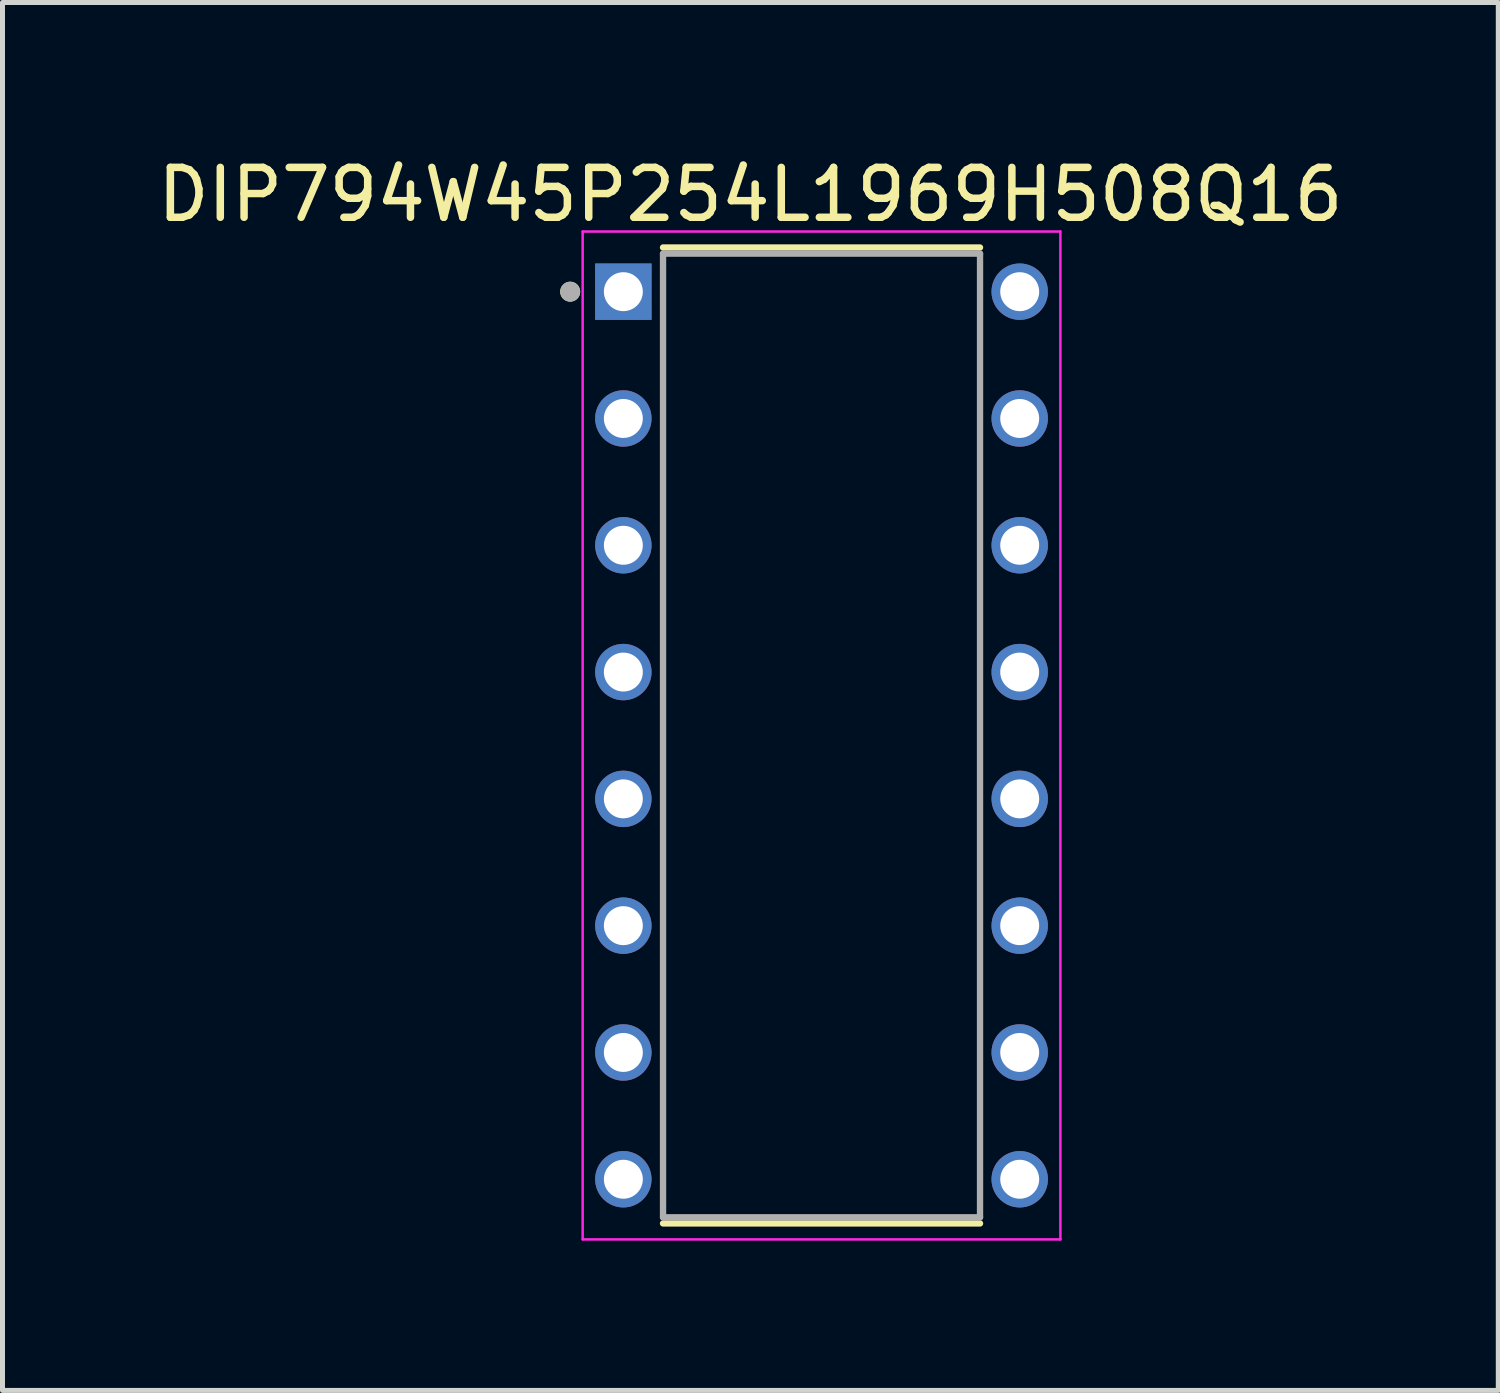
<source format=kicad_pcb>
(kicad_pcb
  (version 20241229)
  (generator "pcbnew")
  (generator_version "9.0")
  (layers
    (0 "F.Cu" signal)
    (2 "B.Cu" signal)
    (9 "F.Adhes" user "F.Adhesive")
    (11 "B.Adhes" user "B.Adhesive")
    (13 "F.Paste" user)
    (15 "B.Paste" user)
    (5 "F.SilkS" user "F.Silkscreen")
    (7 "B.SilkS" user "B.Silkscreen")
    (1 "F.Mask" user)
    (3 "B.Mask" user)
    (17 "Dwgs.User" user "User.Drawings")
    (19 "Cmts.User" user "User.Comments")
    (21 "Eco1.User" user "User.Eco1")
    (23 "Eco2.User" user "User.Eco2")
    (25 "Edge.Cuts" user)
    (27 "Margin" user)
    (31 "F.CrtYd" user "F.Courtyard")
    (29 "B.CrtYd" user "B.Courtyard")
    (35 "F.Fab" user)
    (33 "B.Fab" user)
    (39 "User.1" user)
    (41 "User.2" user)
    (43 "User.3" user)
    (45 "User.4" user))
  (footprint "DIP794W45P254L1969H508Q16"
    (layer "F.Cu")
    (at 13.407 11.683)
    (property "Reference" "DIP794W45P254L1969H508Q16" (at -1.425 -10.835 0) (layer "F.SilkS") (effects (font (size 1 1) (thickness 0.15))))
    (attr through_hole)
    (fp_line (start -3.175 -9.775) (end 3.175 -9.775) (stroke (width 0.127) (type solid)) (layer "F.SilkS"))
    (fp_line (start -3.175 9.775) (end 3.175 9.775) (stroke (width 0.127) (type solid)) (layer "F.SilkS"))
    (fp_circle (center -5.035 -8.89) (end -4.935 -8.89) (stroke (width 0.2) (type solid)) (fill no) (layer "F.SilkS"))
    (fp_line (start -4.785 -10.095) (end -4.785 10.095) (stroke (width 0.05) (type solid)) (layer "F.CrtYd"))
    (fp_line (start 4.785 -10.095) (end -4.785 -10.095) (stroke (width 0.05) (type solid)) (layer "F.CrtYd"))
    (fp_line (start 4.785 -10.095) (end 4.785 10.095) (stroke (width 0.05) (type solid)) (layer "F.CrtYd"))
    (fp_line (start 4.785 10.095) (end -4.785 10.095) (stroke (width 0.05) (type solid)) (layer "F.CrtYd"))
    (fp_line (start -3.175 -9.652) (end -3.175 9.652) (stroke (width 0.127) (type solid)) (layer "F.Fab"))
    (fp_line (start -3.175 -9.652) (end 3.175 -9.652) (stroke (width 0.127) (type solid)) (layer "F.Fab"))
    (fp_line (start -3.175 9.652) (end 3.175 9.652) (stroke (width 0.127) (type solid)) (layer "F.Fab"))
    (fp_line (start 3.175 -9.652) (end 3.175 9.652) (stroke (width 0.127) (type solid)) (layer "F.Fab"))
    (fp_circle (center -5.035 -8.89) (end -4.935 -8.89) (stroke (width 0.2) (type solid)) (fill no) (layer "F.Fab"))
    (pad "1" thru_hole rect (at -3.97 -8.89) (size 1.13 1.13) (drill 0.78) (layers "*.Cu" "*.Mask"))
    (pad "2" thru_hole circle (at -3.97 -6.35) (size 1.13 1.13) (drill 0.78) (layers "*.Cu" "*.Mask"))
    (pad "3" thru_hole circle (at -3.97 -3.81) (size 1.13 1.13) (drill 0.78) (layers "*.Cu" "*.Mask"))
    (pad "4" thru_hole circle (at -3.97 -1.27) (size 1.13 1.13) (drill 0.78) (layers "*.Cu" "*.Mask"))
    (pad "5" thru_hole circle (at -3.97 1.27) (size 1.13 1.13) (drill 0.78) (layers "*.Cu" "*.Mask"))
    (pad "6" thru_hole circle (at -3.97 3.81) (size 1.13 1.13) (drill 0.78) (layers "*.Cu" "*.Mask"))
    (pad "7" thru_hole circle (at -3.97 6.35) (size 1.13 1.13) (drill 0.78) (layers "*.Cu" "*.Mask"))
    (pad "8" thru_hole circle (at -3.97 8.89) (size 1.13 1.13) (drill 0.78) (layers "*.Cu" "*.Mask"))
    (pad "9" thru_hole circle (at 3.97 8.89) (size 1.13 1.13) (drill 0.78) (layers "*.Cu" "*.Mask"))
    (pad "10" thru_hole circle (at 3.97 6.35) (size 1.13 1.13) (drill 0.78) (layers "*.Cu" "*.Mask"))
    (pad "11" thru_hole circle (at 3.97 3.81) (size 1.13 1.13) (drill 0.78) (layers "*.Cu" "*.Mask"))
    (pad "12" thru_hole circle (at 3.97 1.27) (size 1.13 1.13) (drill 0.78) (layers "*.Cu" "*.Mask"))
    (pad "13" thru_hole circle (at 3.97 -1.27) (size 1.13 1.13) (drill 0.78) (layers "*.Cu" "*.Mask"))
    (pad "14" thru_hole circle (at 3.97 -3.81) (size 1.13 1.13) (drill 0.78) (layers "*.Cu" "*.Mask"))
    (pad "15" thru_hole circle (at 3.97 -6.35) (size 1.13 1.13) (drill 0.78) (layers "*.Cu" "*.Mask"))
    (pad "16" thru_hole circle (at 3.97 -8.89) (size 1.13 1.13) (drill 0.78) (layers "*.Cu" "*.Mask")))
  (gr_rect
    (start -3 -3)
    (end 26.964 24.803)
    (stroke (width 0.1) (type default))
    (fill no)
    (layer "Edge.Cuts")))
</source>
